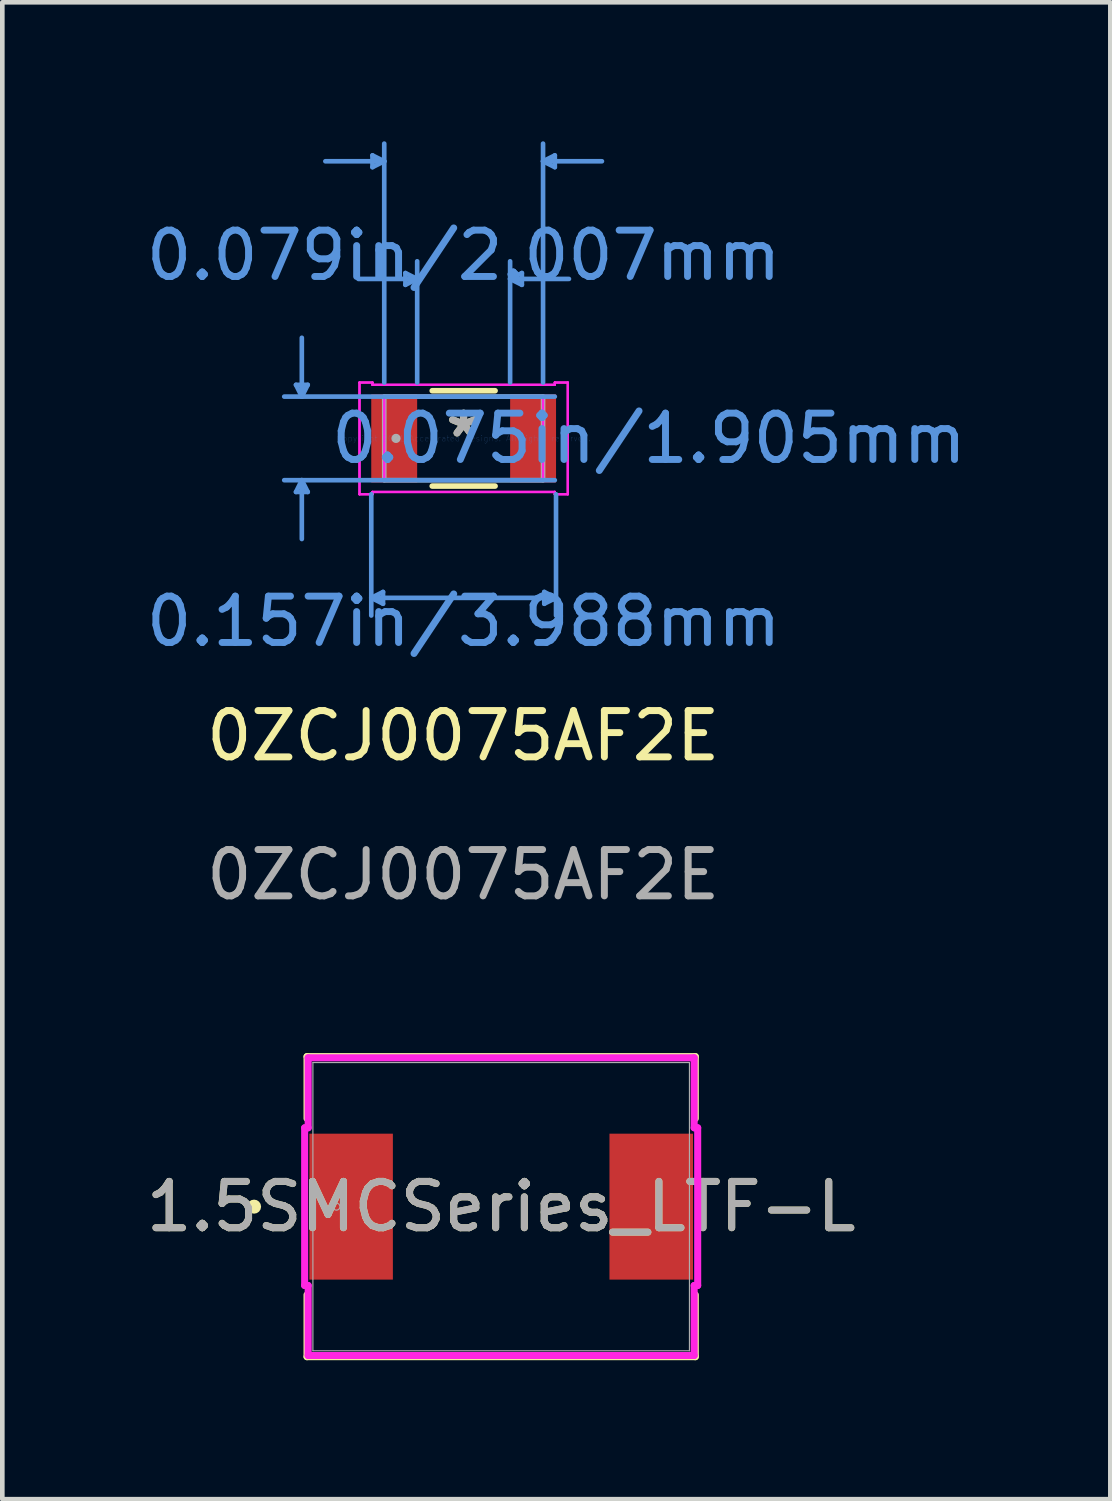
<source format=kicad_pcb>
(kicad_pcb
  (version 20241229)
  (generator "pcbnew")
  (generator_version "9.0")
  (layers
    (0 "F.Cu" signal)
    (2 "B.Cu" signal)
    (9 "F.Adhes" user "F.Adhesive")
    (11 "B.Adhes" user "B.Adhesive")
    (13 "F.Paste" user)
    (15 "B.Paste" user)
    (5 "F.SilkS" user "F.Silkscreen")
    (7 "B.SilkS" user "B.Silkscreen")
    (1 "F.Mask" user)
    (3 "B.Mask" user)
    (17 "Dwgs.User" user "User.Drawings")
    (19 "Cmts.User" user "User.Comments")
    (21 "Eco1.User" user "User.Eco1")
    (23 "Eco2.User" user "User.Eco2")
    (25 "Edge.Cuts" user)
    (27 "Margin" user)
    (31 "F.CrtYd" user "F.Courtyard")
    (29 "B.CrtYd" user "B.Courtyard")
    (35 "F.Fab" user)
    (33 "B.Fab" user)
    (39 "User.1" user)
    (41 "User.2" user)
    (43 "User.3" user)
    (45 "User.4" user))
  (footprint "1.5SMCSeries_LTF-L"
    (layer "F.Cu")
    (at 7.768 22.996)
    (property "Reference" "1.5SMCSeries_LTF-L" (at 0 0 0) (unlocked yes) (layer "F.SilkS") (effects (font (size 1 1) (thickness 0.15))))
    (attr smd)
    (fp_line (start -4.191 -3.239) (end -4.191 -1.904) (stroke (width 0.152) (type solid)) (layer "F.SilkS"))
    (fp_line (start -4.191 1.904) (end -4.191 3.239) (stroke (width 0.152) (type solid)) (layer "F.SilkS"))
    (fp_line (start -4.191 3.239) (end 4.191 3.239) (stroke (width 0.152) (type solid)) (layer "F.SilkS"))
    (fp_line (start 4.191 -3.239) (end -4.191 -3.239) (stroke (width 0.152) (type solid)) (layer "F.SilkS"))
    (fp_line (start 4.191 -1.904) (end 4.191 -3.239) (stroke (width 0.152) (type solid)) (layer "F.SilkS"))
    (fp_line (start 4.191 3.239) (end 4.191 1.904) (stroke (width 0.152) (type solid)) (layer "F.SilkS"))
    (fp_circle (center -5.334 0) (end -5.258 0) (stroke (width 0.152) (type solid)) (fill no) (layer "F.SilkS"))
    (fp_line (start -4.242 -1.702) (end -4.166 -1.702) (stroke (width 0.152) (type solid)) (layer "F.CrtYd"))
    (fp_line (start -4.242 1.702) (end -4.242 -1.702) (stroke (width 0.152) (type solid)) (layer "F.CrtYd"))
    (fp_line (start -4.166 -3.213) (end 4.166 -3.213) (stroke (width 0.152) (type solid)) (layer "F.CrtYd"))
    (fp_line (start -4.166 -1.702) (end -4.166 -3.213) (stroke (width 0.152) (type solid)) (layer "F.CrtYd"))
    (fp_line (start -4.166 1.702) (end -4.242 1.702) (stroke (width 0.152) (type solid)) (layer "F.CrtYd"))
    (fp_line (start -4.166 3.213) (end -4.166 1.702) (stroke (width 0.152) (type solid)) (layer "F.CrtYd"))
    (fp_line (start 4.166 -3.213) (end 4.166 -1.702) (stroke (width 0.152) (type solid)) (layer "F.CrtYd"))
    (fp_line (start 4.166 -1.702) (end 4.242 -1.702) (stroke (width 0.152) (type solid)) (layer "F.CrtYd"))
    (fp_line (start 4.166 1.702) (end 4.166 3.213) (stroke (width 0.152) (type solid)) (layer "F.CrtYd"))
    (fp_line (start 4.166 3.213) (end -4.166 3.213) (stroke (width 0.152) (type solid)) (layer "F.CrtYd"))
    (fp_line (start 4.242 -1.702) (end 4.242 1.702) (stroke (width 0.152) (type solid)) (layer "F.CrtYd"))
    (fp_line (start 4.242 1.702) (end 4.166 1.702) (stroke (width 0.152) (type solid)) (layer "F.CrtYd"))
    (fp_line (start -4.064 -3.111) (end -4.064 3.111) (stroke (width 0.025) (type solid)) (layer "F.Fab"))
    (fp_line (start -4.064 3.111) (end 4.064 3.111) (stroke (width 0.025) (type solid)) (layer "F.Fab"))
    (fp_line (start 4.064 -3.111) (end -4.064 -3.111) (stroke (width 0.025) (type solid)) (layer "F.Fab"))
    (fp_line (start 4.064 3.111) (end 4.064 -3.111) (stroke (width 0.025) (type solid)) (layer "F.Fab"))
    (fp_circle (center -3.556 0) (end -3.48 0) (stroke (width 0.025) (type solid)) (fill no) (layer "F.Fab"))
    (fp_text user "${REFERENCE}" (at 0 0 0) (unlocked yes) (layer "F.Fab") (effects (font (size 1 1) (thickness 0.15))))
    (pad "1" smd rect (at -3.239 0 90) (size 3.15 1.803) (layers "F.Cu" "F.Mask" "F.Paste"))
    (pad "2" smd rect (at 3.239 0 90) (size 3.15 1.803) (layers "F.Cu" "F.Mask" "F.Paste"))
    (zone (net_name "") (layer "F.Cu") (hatch full 0.508) (connect_pads) (min_thickness 0.254) (filled_areas_thickness no) (keepout (tracks not_allowed) (vias not_allowed) (pads allowed) (copperpour not_allowed) (footprints allowed)) (placement (enabled no)) (fill) (polygon (pts (xy 3.755 19.935) (xy 11.781 19.935) (xy 11.781 21.345) (xy 3.755 21.345))))
    (zone (net_name "") (layer "F.Cu") (hatch full 0.508) (connect_pads) (min_thickness 0.254) (filled_areas_thickness no) (keepout (tracks not_allowed) (vias not_allowed) (pads allowed) (copperpour not_allowed) (footprints allowed)) (placement (enabled no)) (fill) (polygon (pts (xy 3.755 24.647) (xy 11.781 24.647) (xy 11.781 26.056) (xy 3.755 26.056))))
    (zone (net_name "") (layer "F.Cu") (hatch full 0.508) (connect_pads) (min_thickness 0.254) (filled_areas_thickness no) (keepout (tracks not_allowed) (vias not_allowed) (pads allowed) (copperpour not_allowed) (footprints allowed)) (placement (enabled no)) (fill) (polygon (pts (xy 5.482 21.345) (xy 10.054 21.345) (xy 10.054 24.647) (xy 5.482 24.647)))))
  (footprint "0ZCJ0075AF2E"
    (layer "F.Cu")
    (at 6.958 6.413)
    (property "Reference" "0ZCJ0075AF2E" (at -0.01 6.42 0) (unlocked yes) (layer "F.SilkS") (effects (font (size 1 1) (thickness 0.15))))
    (attr smd)
    (fp_line (start -0.679 1.029) (end 0.679 1.029) (stroke (width 0.12) (type solid)) (layer "F.SilkS"))
    (fp_line (start 0.679 -1.029) (end -0.679 -1.029) (stroke (width 0.12) (type solid)) (layer "F.SilkS"))
    (fp_line (start -3.619 -1.156) (end -3.365 -1.156) (stroke (width 0.1) (type solid)) (layer "Cmts.User"))
    (fp_line (start -3.619 1.156) (end -3.365 1.156) (stroke (width 0.1) (type solid)) (layer "Cmts.User"))
    (fp_line (start -3.493 -0.902) (end -3.619 -1.156) (stroke (width 0.1) (type solid)) (layer "Cmts.User"))
    (fp_line (start -3.493 -0.902) (end -3.493 -2.172) (stroke (width 0.1) (type solid)) (layer "Cmts.User"))
    (fp_line (start -3.493 -0.902) (end -3.365 -1.156) (stroke (width 0.1) (type solid)) (layer "Cmts.User"))
    (fp_line (start -3.493 0.902) (end -3.619 1.156) (stroke (width 0.1) (type solid)) (layer "Cmts.User"))
    (fp_line (start -3.493 0.902) (end -3.493 2.172) (stroke (width 0.1) (type solid)) (layer "Cmts.User"))
    (fp_line (start -3.493 0.902) (end -3.365 1.156) (stroke (width 0.1) (type solid)) (layer "Cmts.User"))
    (fp_line (start -1.994 1.206) (end -1.994 3.823) (stroke (width 0.1) (type solid)) (layer "Cmts.User"))
    (fp_line (start -1.994 3.442) (end -1.74 3.315) (stroke (width 0.1) (type solid)) (layer "Cmts.User"))
    (fp_line (start -1.994 3.442) (end -1.74 3.569) (stroke (width 0.1) (type solid)) (layer "Cmts.User"))
    (fp_line (start -1.994 3.442) (end 1.994 3.442) (stroke (width 0.1) (type solid)) (layer "Cmts.User"))
    (fp_line (start -1.968 -6.109) (end -1.968 -5.855) (stroke (width 0.1) (type solid)) (layer "Cmts.User"))
    (fp_line (start -1.74 3.315) (end -1.74 3.569) (stroke (width 0.1) (type solid)) (layer "Cmts.User"))
    (fp_line (start -1.714 -5.982) (end -2.985 -5.982) (stroke (width 0.1) (type solid)) (layer "Cmts.User"))
    (fp_line (start -1.714 -5.982) (end -1.968 -6.109) (stroke (width 0.1) (type solid)) (layer "Cmts.User"))
    (fp_line (start -1.714 -5.982) (end -1.968 -5.855) (stroke (width 0.1) (type solid)) (layer "Cmts.User"))
    (fp_line (start -1.714 -1.206) (end -1.714 -6.363) (stroke (width 0.1) (type solid)) (layer "Cmts.User"))
    (fp_line (start -1.257 -3.569) (end -1.257 -3.315) (stroke (width 0.1) (type solid)) (layer "Cmts.User"))
    (fp_line (start -1.003 -3.442) (end -2.273 -3.442) (stroke (width 0.1) (type solid)) (layer "Cmts.User"))
    (fp_line (start -1.003 -3.442) (end -1.257 -3.569) (stroke (width 0.1) (type solid)) (layer "Cmts.User"))
    (fp_line (start -1.003 -3.442) (end -1.257 -3.315) (stroke (width 0.1) (type solid)) (layer "Cmts.User"))
    (fp_line (start -1.003 -1.206) (end -1.003 -3.823) (stroke (width 0.1) (type solid)) (layer "Cmts.User"))
    (fp_line (start 1.003 -3.442) (end 1.257 -3.569) (stroke (width 0.1) (type solid)) (layer "Cmts.User"))
    (fp_line (start 1.003 -3.442) (end 1.257 -3.315) (stroke (width 0.1) (type solid)) (layer "Cmts.User"))
    (fp_line (start 1.003 -3.442) (end 2.273 -3.442) (stroke (width 0.1) (type solid)) (layer "Cmts.User"))
    (fp_line (start 1.003 -1.206) (end 1.003 -3.823) (stroke (width 0.1) (type solid)) (layer "Cmts.User"))
    (fp_line (start 1.257 -3.569) (end 1.257 -3.315) (stroke (width 0.1) (type solid)) (layer "Cmts.User"))
    (fp_line (start 1.714 -5.982) (end 1.968 -6.109) (stroke (width 0.1) (type solid)) (layer "Cmts.User"))
    (fp_line (start 1.714 -5.982) (end 1.968 -5.855) (stroke (width 0.1) (type solid)) (layer "Cmts.User"))
    (fp_line (start 1.714 -5.982) (end 2.985 -5.982) (stroke (width 0.1) (type solid)) (layer "Cmts.User"))
    (fp_line (start 1.714 -1.206) (end 1.714 -6.363) (stroke (width 0.1) (type solid)) (layer "Cmts.User"))
    (fp_line (start 1.74 3.315) (end 1.74 3.569) (stroke (width 0.1) (type solid)) (layer "Cmts.User"))
    (fp_line (start 1.968 -6.109) (end 1.968 -5.855) (stroke (width 0.1) (type solid)) (layer "Cmts.User"))
    (fp_line (start 1.968 -0.902) (end -3.873 -0.902) (stroke (width 0.1) (type solid)) (layer "Cmts.User"))
    (fp_line (start 1.968 0.902) (end -3.873 0.902) (stroke (width 0.1) (type solid)) (layer "Cmts.User"))
    (fp_line (start 1.994 1.206) (end 1.994 3.823) (stroke (width 0.1) (type solid)) (layer "Cmts.User"))
    (fp_line (start 1.994 3.442) (end 1.74 3.315) (stroke (width 0.1) (type solid)) (layer "Cmts.User"))
    (fp_line (start 1.994 3.442) (end 1.74 3.569) (stroke (width 0.1) (type solid)) (layer "Cmts.User"))
    (fp_line (start -2.248 -1.206) (end -1.968 -1.206) (stroke (width 0.05) (type solid)) (layer "F.CrtYd"))
    (fp_line (start -2.248 -1.206) (end -1.968 -1.206) (stroke (width 0.05) (type solid)) (layer "F.CrtYd"))
    (fp_line (start -2.248 1.206) (end -2.248 -1.206) (stroke (width 0.05) (type solid)) (layer "F.CrtYd"))
    (fp_line (start -2.248 1.206) (end -2.248 -1.206) (stroke (width 0.05) (type solid)) (layer "F.CrtYd"))
    (fp_line (start -2.248 1.206) (end -1.968 1.206) (stroke (width 0.05) (type solid)) (layer "F.CrtYd"))
    (fp_line (start -1.968 -1.206) (end -1.968 -1.156) (stroke (width 0.05) (type solid)) (layer "F.CrtYd"))
    (fp_line (start -1.968 -1.206) (end -1.968 -1.156) (stroke (width 0.05) (type solid)) (layer "F.CrtYd"))
    (fp_line (start -1.968 -1.156) (end 1.968 -1.156) (stroke (width 0.05) (type solid)) (layer "F.CrtYd"))
    (fp_line (start -1.968 -1.156) (end 1.968 -1.156) (stroke (width 0.05) (type solid)) (layer "F.CrtYd"))
    (fp_line (start -1.968 1.156) (end -1.968 1.206) (stroke (width 0.05) (type solid)) (layer "F.CrtYd"))
    (fp_line (start -1.968 1.156) (end 1.968 1.156) (stroke (width 0.05) (type solid)) (layer "F.CrtYd"))
    (fp_line (start -1.968 1.206) (end -2.248 1.206) (stroke (width 0.05) (type solid)) (layer "F.CrtYd"))
    (fp_line (start -1.968 1.206) (end -1.968 1.156) (stroke (width 0.05) (type solid)) (layer "F.CrtYd"))
    (fp_line (start -1.714 -0.902) (end 1.714 -0.902) (stroke (width 0.05) (type solid)) (layer "F.CrtYd"))
    (fp_line (start -1.714 0.902) (end -1.714 -0.902) (stroke (width 0.05) (type solid)) (layer "F.CrtYd"))
    (fp_line (start 1.714 -0.902) (end 1.714 0.902) (stroke (width 0.05) (type solid)) (layer "F.CrtYd"))
    (fp_line (start 1.714 0.902) (end -1.714 0.902) (stroke (width 0.05) (type solid)) (layer "F.CrtYd"))
    (fp_line (start 1.968 -1.206) (end 2.248 -1.206) (stroke (width 0.05) (type solid)) (layer "F.CrtYd"))
    (fp_line (start 1.968 -1.206) (end 2.248 -1.206) (stroke (width 0.05) (type solid)) (layer "F.CrtYd"))
    (fp_line (start 1.968 -1.156) (end 1.968 -1.206) (stroke (width 0.05) (type solid)) (layer "F.CrtYd"))
    (fp_line (start 1.968 -1.156) (end 1.968 -1.206) (stroke (width 0.05) (type solid)) (layer "F.CrtYd"))
    (fp_line (start 1.968 1.156) (end -1.968 1.156) (stroke (width 0.05) (type solid)) (layer "F.CrtYd"))
    (fp_line (start 1.968 1.156) (end 1.968 1.156) (stroke (width 0.05) (type solid)) (layer "F.CrtYd"))
    (fp_line (start 1.968 1.156) (end 1.968 1.206) (stroke (width 0.05) (type solid)) (layer "F.CrtYd"))
    (fp_line (start 1.968 1.206) (end 1.968 1.156) (stroke (width 0.05) (type solid)) (layer "F.CrtYd"))
    (fp_line (start 1.968 1.206) (end 2.248 1.206) (stroke (width 0.05) (type solid)) (layer "F.CrtYd"))
    (fp_line (start 2.248 -1.206) (end 2.248 1.206) (stroke (width 0.05) (type solid)) (layer "F.CrtYd"))
    (fp_line (start 2.248 -1.206) (end 2.248 1.206) (stroke (width 0.05) (type solid)) (layer "F.CrtYd"))
    (fp_line (start 2.248 1.206) (end 1.968 1.206) (stroke (width 0.05) (type solid)) (layer "F.CrtYd"))
    (fp_line (start -1.714 -0.902) (end -1.714 0.902) (stroke (width 0.1) (type solid)) (layer "F.Fab"))
    (fp_line (start -1.714 0.902) (end 1.714 0.902) (stroke (width 0.1) (type solid)) (layer "F.Fab"))
    (fp_line (start 1.714 -0.902) (end -1.714 -0.902) (stroke (width 0.1) (type solid)) (layer "F.Fab"))
    (fp_line (start 1.714 0.902) (end 1.714 -0.902) (stroke (width 0.1) (type solid)) (layer "F.Fab"))
    (fp_circle (center -1.46 0) (end -1.46 0) (stroke (width 0.1) (type solid)) (fill no) (layer "F.Fab"))
    (fp_text user "*" (at 0 0 0) (layer "F.SilkS") (effects (font (size 1 1) (thickness 0.15))))
    (fp_text user "Copyright 2021 Accelerated Designs. All rights reserved." (at 0 0 0) (layer "Cmts.User") (effects (font (size 0.127 0.127) (thickness 0.002))))
    (fp_text user "0.075in/1.905mm" (at 4 0 0) (layer "Cmts.User") (effects (font (size 1 1) (thickness 0.15))))
    (fp_text user "0.157in/3.988mm" (at 0 3.95 0) (layer "Cmts.User") (effects (font (size 1 1) (thickness 0.15))))
    (fp_text user "0.079in/2.007mm" (at 0 -3.95 0) (layer "Cmts.User") (effects (font (size 1 1) (thickness 0.15))))
    (fp_text user "*" (at 0 0 0) (layer "F.Fab") (effects (font (size 1 1) (thickness 0.15))))
    (fp_text user "${REFERENCE}" (at -0.01 9.42 0) (unlocked yes) (layer "F.Fab") (effects (font (size 1 1) (thickness 0.15))))
    (pad "1" smd rect (at -1.499 0) (size 0.991 1.905) (layers "F.Cu" "F.Mask" "F.Paste"))
    (pad "2" smd rect (at 1.499 0) (size 0.991 1.905) (layers "F.Cu" "F.Mask" "F.Paste")))
  (gr_rect
    (start -3 -3)
    (end 20.917 29.31)
    (stroke (width 0.1) (type default))
    (fill no)
    (layer "Edge.Cuts")))
</source>
